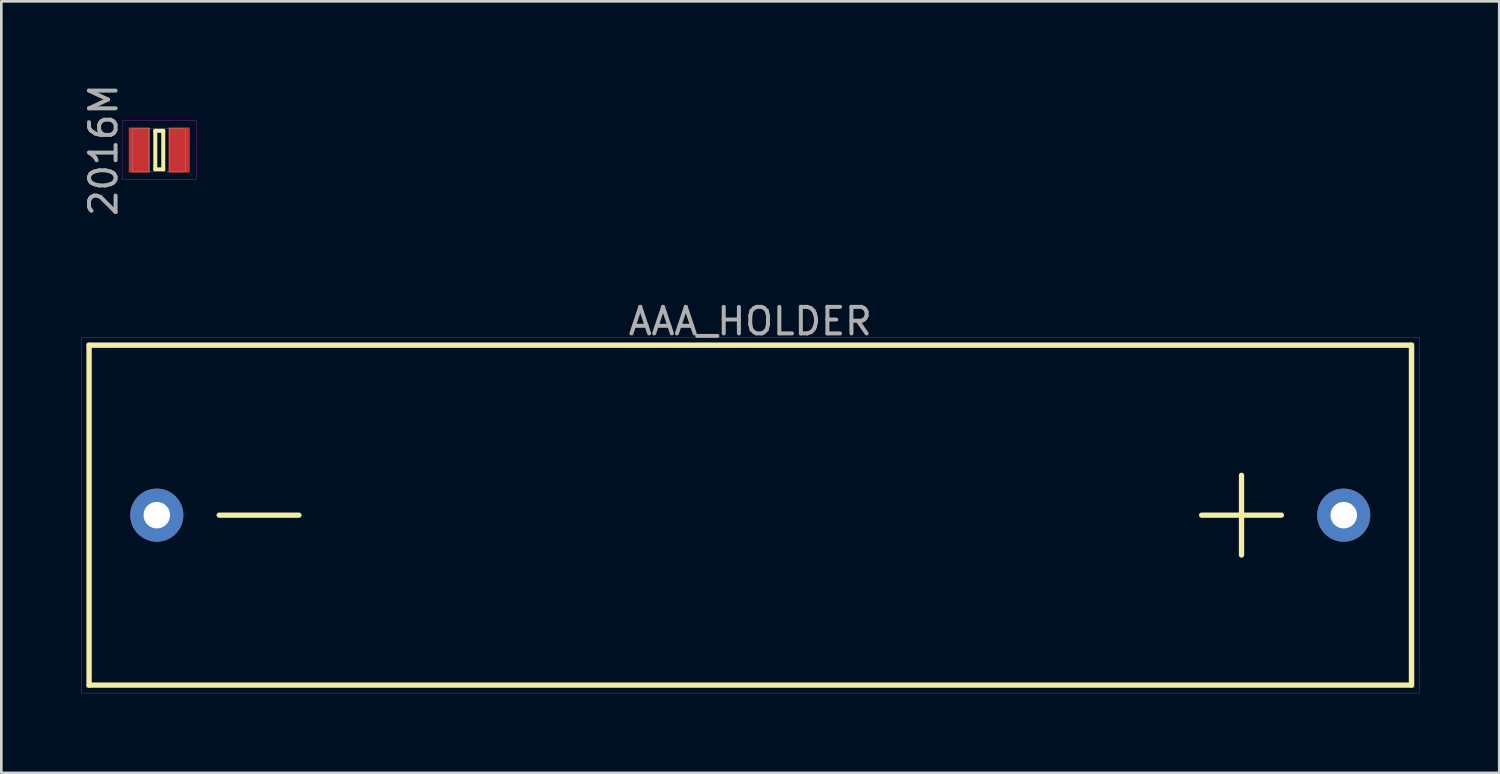
<source format=kicad_pcb>
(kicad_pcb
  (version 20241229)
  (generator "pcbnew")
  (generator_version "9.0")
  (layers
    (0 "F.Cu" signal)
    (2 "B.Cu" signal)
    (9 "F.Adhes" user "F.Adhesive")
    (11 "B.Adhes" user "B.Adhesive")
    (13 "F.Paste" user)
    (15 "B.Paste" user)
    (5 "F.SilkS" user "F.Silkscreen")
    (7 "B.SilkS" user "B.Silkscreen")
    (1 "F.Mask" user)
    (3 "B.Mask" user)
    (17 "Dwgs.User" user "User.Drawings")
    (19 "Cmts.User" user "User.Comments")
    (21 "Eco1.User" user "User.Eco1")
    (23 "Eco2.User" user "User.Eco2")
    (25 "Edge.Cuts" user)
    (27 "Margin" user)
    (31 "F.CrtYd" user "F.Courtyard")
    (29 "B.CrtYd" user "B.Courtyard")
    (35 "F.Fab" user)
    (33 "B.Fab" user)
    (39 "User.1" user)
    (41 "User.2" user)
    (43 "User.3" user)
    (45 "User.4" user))
  (footprint "2016M"
    (layer "F.Cu")
    (at 2.948 2.601)
    (property "Reference" "2016M" (at -2.1 0 90) (layer "F.Fab") (effects (font (size 1 1) (thickness 0.15))))
    (attr through_hole)
    (fp_line (start -0.15 -0.725) (end 0.15 -0.725) (stroke (width 0.15) (type solid)) (layer "F.SilkS"))
    (fp_line (start -0.15 0.725) (end -0.15 -0.725) (stroke (width 0.15) (type solid)) (layer "F.SilkS"))
    (fp_line (start 0.15 -0.725) (end 0.15 0.725) (stroke (width 0.15) (type solid)) (layer "F.SilkS"))
    (fp_line (start 0.15 0.725) (end -0.15 0.725) (stroke (width 0.15) (type solid)) (layer "F.SilkS"))
    (fp_line (start -1.4 -1.1) (end 1.4 -1.1) (stroke (width 0.01) (type solid)) (layer "F.CrtYd"))
    (fp_line (start -1.4 1.1) (end -1.4 -1.1) (stroke (width 0.01) (type solid)) (layer "F.CrtYd"))
    (fp_line (start 1.4 -1.1) (end 1.4 1.1) (stroke (width 0.01) (type solid)) (layer "F.CrtYd"))
    (fp_line (start 1.4 1.1) (end -1.4 1.1) (stroke (width 0.01) (type solid)) (layer "F.CrtYd"))
    (fp_line (start -1 -0.8) (end 1 -0.8) (stroke (width 0.01) (type solid)) (layer "F.Fab"))
    (fp_line (start -1 0.8) (end -1 -0.8) (stroke (width 0.01) (type solid)) (layer "F.Fab"))
    (fp_line (start -0.4 -0.8) (end -0.4 0.8) (stroke (width 0.01) (type solid)) (layer "F.Fab"))
    (fp_line (start 0.4 -0.8) (end 0.4 0.8) (stroke (width 0.01) (type solid)) (layer "F.Fab"))
    (fp_line (start 1 -0.8) (end 1 0.8) (stroke (width 0.01) (type solid)) (layer "F.Fab"))
    (fp_line (start 1 0.8) (end -1 0.8) (stroke (width 0.01) (type solid)) (layer "F.Fab"))
    (pad "1" smd rect (at -0.75 0) (size 0.8 1.7) (layers "F.Cu" "F.Mask" "F.Paste"))
    (pad "2" smd rect (at 0.75 0) (size 0.8 1.7) (layers "F.Cu" "F.Mask" "F.Paste")))
  (footprint "AAA_HOLDER"
    (layer "F.Cu")
    (at 25.205 16.351)
    (property "Reference" "AAA_HOLDER" (at 0 -7.3 0) (layer "F.Fab") (effects (font (size 1 1) (thickness 0.15))))
    (attr through_hole)
    (fp_line (start -24.9 -6.4) (end 24.9 -6.4) (stroke (width 0.2) (type solid)) (layer "F.SilkS"))
    (fp_line (start -24.9 6.4) (end -24.9 -6.4) (stroke (width 0.2) (type solid)) (layer "F.SilkS"))
    (fp_line (start -20 0) (end -17 0) (stroke (width 0.2) (type solid)) (layer "F.SilkS"))
    (fp_line (start 18.5 -1.5) (end 18.5 1.5) (stroke (width 0.2) (type solid)) (layer "F.SilkS"))
    (fp_line (start 20 0) (end 17 0) (stroke (width 0.2) (type solid)) (layer "F.SilkS"))
    (fp_line (start 24.9 -6.4) (end 24.9 6.4) (stroke (width 0.2) (type solid)) (layer "F.SilkS"))
    (fp_line (start 24.9 6.4) (end -24.9 6.4) (stroke (width 0.2) (type solid)) (layer "F.SilkS"))
    (fp_line (start -25.2 -6.7) (end 25.2 -6.7) (stroke (width 0.01) (type solid)) (layer "F.CrtYd"))
    (fp_line (start -25.2 6.7) (end -25.2 -6.7) (stroke (width 0.01) (type solid)) (layer "F.CrtYd"))
    (fp_line (start 25.2 -6.7) (end 25.2 6.7) (stroke (width 0.01) (type solid)) (layer "F.CrtYd"))
    (fp_line (start 25.2 6.7) (end -25.2 6.7) (stroke (width 0.01) (type solid)) (layer "F.CrtYd"))
    (fp_line (start -25 -6.5) (end -25 6.5) (stroke (width 0.01) (type solid)) (layer "F.Fab"))
    (fp_line (start -25 6.5) (end 25 6.5) (stroke (width 0.01) (type solid)) (layer "F.Fab"))
    (fp_line (start 25 -6.5) (end -25 -6.5) (stroke (width 0.01) (type solid)) (layer "F.Fab"))
    (fp_line (start 25 6.5) (end 25 -6.5) (stroke (width 0.01) (type solid)) (layer "F.Fab"))
    (pad "1" thru_hole circle (at -22.35 0) (size 2 2) (drill 1) (layers "*.Cu" "*.Mask"))
    (pad "2" thru_hole circle (at 22.35 0) (size 2 2) (drill 1) (layers "*.Cu" "*.Mask")))
  (gr_rect
    (start -3 -3)
    (end 53.41 26.056)
    (stroke (width 0.1) (type default))
    (fill no)
    (layer "Edge.Cuts")))
</source>
